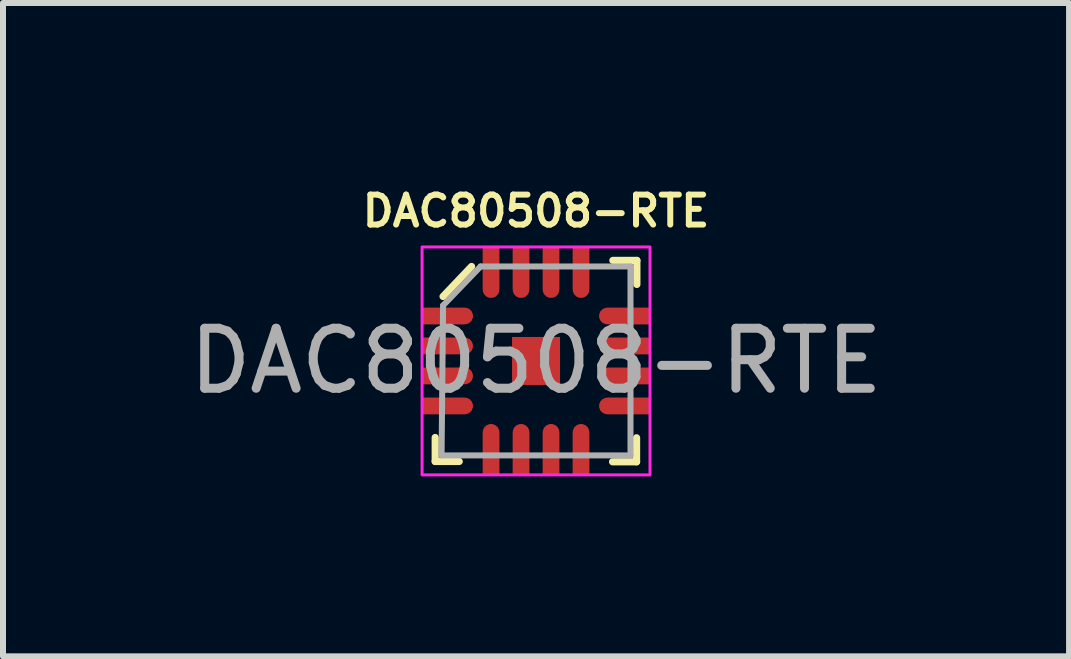
<source format=kicad_pcb>
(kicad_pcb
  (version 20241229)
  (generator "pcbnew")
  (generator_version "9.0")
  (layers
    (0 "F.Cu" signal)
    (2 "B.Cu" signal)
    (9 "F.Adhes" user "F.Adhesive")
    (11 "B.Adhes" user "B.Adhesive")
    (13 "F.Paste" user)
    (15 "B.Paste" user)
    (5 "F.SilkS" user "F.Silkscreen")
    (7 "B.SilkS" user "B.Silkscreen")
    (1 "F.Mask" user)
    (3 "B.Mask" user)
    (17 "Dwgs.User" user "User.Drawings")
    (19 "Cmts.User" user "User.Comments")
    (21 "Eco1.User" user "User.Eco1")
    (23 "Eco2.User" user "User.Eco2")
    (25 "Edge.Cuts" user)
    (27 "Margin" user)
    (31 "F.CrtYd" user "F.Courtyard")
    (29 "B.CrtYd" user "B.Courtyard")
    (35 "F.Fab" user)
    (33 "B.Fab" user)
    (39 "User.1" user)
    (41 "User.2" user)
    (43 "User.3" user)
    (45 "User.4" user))
  (footprint "DAC80508-RTE"
    (layer "F.Cu")
    (at 5.887 2.968)
    (property "Reference" "DAC80508-RTE" (at 0 -2.5 0) (unlocked yes) (layer "F.SilkS") (effects (font (size 0.5 0.5) (thickness 0.1))))
    (attr smd)
    (fp_line (start -1.681 1.676) (end -1.681 1.276) (stroke (width 0.12) (type solid)) (layer "F.SilkS"))
    (fp_line (start -1.281 1.676) (end -1.681 1.676) (stroke (width 0.12) (type solid)) (layer "F.SilkS"))
    (fp_line (start -1.075 -1.575) (end -1.55 -1.075) (stroke (width 0.12) (type solid)) (layer "F.SilkS"))
    (fp_line (start 1.281 -1.676) (end 1.681 -1.676) (stroke (width 0.12) (type solid)) (layer "F.SilkS"))
    (fp_line (start 1.676 1.281) (end 1.676 1.681) (stroke (width 0.12) (type solid)) (layer "F.SilkS"))
    (fp_line (start 1.676 1.681) (end 1.276 1.681) (stroke (width 0.12) (type solid)) (layer "F.SilkS"))
    (fp_line (start 1.681 -1.676) (end 1.681 -1.276) (stroke (width 0.12) (type solid)) (layer "F.SilkS"))
    (fp_rect (start -1.9 -1.9) (end 1.9 1.9) (stroke (width 0.05) (type solid)) (fill no) (layer "F.CrtYd"))
    (fp_line (start -1.575 1.575) (end -1.55 -0.925) (stroke (width 0.1) (type solid)) (layer "F.Fab"))
    (fp_line (start -1.55 -0.925) (end -0.925 -1.575) (stroke (width 0.1) (type solid)) (layer "F.Fab"))
    (fp_line (start 1.575 -1.575) (end -0.925 -1.575) (stroke (width 0.1) (type solid)) (layer "F.Fab"))
    (fp_line (start 1.575 1.575) (end -1.575 1.575) (stroke (width 0.1) (type solid)) (layer "F.Fab"))
    (fp_line (start 1.575 1.575) (end 1.575 -1.575) (stroke (width 0.1) (type solid)) (layer "F.Fab"))
    (fp_text user "${REFERENCE}" (at 0 0 0) (unlocked yes) (layer "F.Fab") (effects (font (size 1 1) (thickness 0.15))))
    (pad "1" smd custom (at -1.475 -0.75 90) (size 0.28 0.57) (layers "F.Cu" "F.Mask" "F.Paste") (options (anchor rect)) (primitives (gr_circle (center 0 0.285) (end 0.14 0.285) (width 0) (fill yes)) (gr_poly (pts (xy -0.14 -0.285) (xy 0.14 -0.285) (xy 0.14 -0.425) (xy -0.14 -0.425)) (width 0) (fill yes))))
    (pad "2" smd custom (at -1.475 -0.25 90) (size 0.28 0.57) (layers "F.Cu" "F.Mask" "F.Paste") (options (anchor rect)) (primitives (gr_circle (center 0 0.285) (end 0.14 0.285) (width 0) (fill yes)) (gr_poly (pts (xy -0.14 -0.285) (xy 0.14 -0.285) (xy 0.14 -0.425) (xy -0.14 -0.425)) (width 0) (fill yes))))
    (pad "3" smd custom (at -1.475 0.25 90) (size 0.28 0.57) (layers "F.Cu" "F.Mask" "F.Paste") (options (anchor rect)) (primitives (gr_circle (center 0 0.285) (end 0.14 0.285) (width 0) (fill yes)) (gr_poly (pts (xy -0.14 -0.285) (xy 0.14 -0.285) (xy 0.14 -0.425) (xy -0.14 -0.425)) (width 0) (fill yes))))
    (pad "4" smd custom (at -1.475 0.75 90) (size 0.28 0.57) (layers "F.Cu" "F.Mask" "F.Paste") (options (anchor rect)) (primitives (gr_circle (center 0 0.285) (end 0.14 0.285) (width 0) (fill yes)) (gr_poly (pts (xy -0.14 -0.285) (xy 0.14 -0.285) (xy 0.14 -0.425) (xy -0.14 -0.425)) (width 0) (fill yes))))
    (pad "5" smd custom (at -0.75 1.475 180) (size 0.28 0.57) (layers "F.Cu" "F.Mask" "F.Paste") (options (anchor rect)) (primitives (gr_circle (center 0 0.285) (end 0.14 0.285) (width 0) (fill yes)) (gr_poly (pts (xy -0.14 -0.285) (xy 0.14 -0.285) (xy 0.14 -0.425) (xy -0.14 -0.425)) (width 0) (fill yes))))
    (pad "6" smd custom (at -0.25 1.475 180) (size 0.28 0.57) (layers "F.Cu" "F.Mask" "F.Paste") (options (anchor rect)) (primitives (gr_circle (center 0 0.285) (end 0.14 0.285) (width 0) (fill yes)) (gr_poly (pts (xy -0.14 -0.285) (xy 0.14 -0.285) (xy 0.14 -0.425) (xy -0.14 -0.425)) (width 0) (fill yes))))
    (pad "6" smd rect (at 0 0) (size 0.8 0.8) (layers "F.Cu" "F.Mask" "F.Paste"))
    (pad "7" smd custom (at 0.25 1.475 180) (size 0.28 0.57) (layers "F.Cu" "F.Mask" "F.Paste") (options (anchor rect)) (primitives (gr_circle (center 0 0.285) (end 0.14 0.285) (width 0) (fill yes)) (gr_poly (pts (xy -0.14 -0.285) (xy 0.14 -0.285) (xy 0.14 -0.425) (xy -0.14 -0.425)) (width 0) (fill yes))))
    (pad "8" smd custom (at 0.75 1.475 180) (size 0.28 0.57) (layers "F.Cu" "F.Mask" "F.Paste") (options (anchor rect)) (primitives (gr_circle (center 0 0.285) (end 0.14 0.285) (width 0) (fill yes)) (gr_poly (pts (xy -0.14 -0.285) (xy 0.14 -0.285) (xy 0.14 -0.425) (xy -0.14 -0.425)) (width 0) (fill yes))))
    (pad "9" smd custom (at 1.475 0.75 270) (size 0.28 0.57) (layers "F.Cu" "F.Mask" "F.Paste") (options (anchor rect)) (primitives (gr_circle (center 0 0.285) (end 0.14 0.285) (width 0) (fill yes)) (gr_poly (pts (xy -0.14 -0.285) (xy 0.14 -0.285) (xy 0.14 -0.425) (xy -0.14 -0.425)) (width 0) (fill yes))))
    (pad "10" smd custom (at 1.475 0.25 270) (size 0.28 0.57) (layers "F.Cu" "F.Mask" "F.Paste") (options (anchor rect)) (primitives (gr_circle (center 0 0.285) (end 0.14 0.285) (width 0) (fill yes)) (gr_poly (pts (xy -0.14 -0.285) (xy 0.14 -0.285) (xy 0.14 -0.425) (xy -0.14 -0.425)) (width 0) (fill yes))))
    (pad "11" smd custom (at 1.475 -0.25 270) (size 0.28 0.57) (layers "F.Cu" "F.Mask" "F.Paste") (options (anchor rect)) (primitives (gr_circle (center 0 0.285) (end 0.14 0.285) (width 0) (fill yes)) (gr_poly (pts (xy -0.14 -0.285) (xy 0.14 -0.285) (xy 0.14 -0.425) (xy -0.14 -0.425)) (width 0) (fill yes))))
    (pad "12" smd custom (at 1.475 -0.75 270) (size 0.28 0.57) (layers "F.Cu" "F.Mask" "F.Paste") (options (anchor rect)) (primitives (gr_circle (center 0 0.285) (end 0.14 0.285) (width 0) (fill yes)) (gr_poly (pts (xy -0.14 -0.285) (xy 0.14 -0.285) (xy 0.14 -0.425) (xy -0.14 -0.425)) (width 0) (fill yes))))
    (pad "13" smd custom (at 0.75 -1.475) (size 0.28 0.57) (layers "F.Cu" "F.Mask" "F.Paste") (options (anchor rect)) (primitives (gr_circle (center 0 0.285) (end 0.14 0.285) (width 0) (fill yes)) (gr_poly (pts (xy -0.14 -0.285) (xy 0.14 -0.285) (xy 0.14 -0.425) (xy -0.14 -0.425)) (width 0) (fill yes))))
    (pad "14" smd custom (at 0.25 -1.475) (size 0.28 0.57) (layers "F.Cu" "F.Mask" "F.Paste") (options (anchor rect)) (primitives (gr_circle (center 0 0.285) (end 0.14 0.285) (width 0) (fill yes)) (gr_poly (pts (xy -0.14 -0.285) (xy 0.14 -0.285) (xy 0.14 -0.425) (xy -0.14 -0.425)) (width 0) (fill yes))))
    (pad "15" smd custom (at -0.25 -1.475) (size 0.28 0.57) (layers "F.Cu" "F.Mask" "F.Paste") (options (anchor rect)) (primitives (gr_circle (center 0 0.285) (end 0.14 0.285) (width 0) (fill yes)) (gr_poly (pts (xy -0.14 -0.285) (xy 0.14 -0.285) (xy 0.14 -0.425) (xy -0.14 -0.425)) (width 0) (fill yes))))
    (pad "16" smd custom (at -0.75 -1.475) (size 0.28 0.57) (layers "F.Cu" "F.Mask" "F.Paste") (options (anchor rect)) (primitives (gr_circle (center 0 0.285) (end 0.14 0.285) (width 0) (fill yes)) (gr_poly (pts (xy -0.14 -0.285) (xy 0.14 -0.285) (xy 0.14 -0.425) (xy -0.14 -0.425)) (width 0) (fill yes)))))
  (gr_rect
    (start -3 -3)
    (end 14.774 7.893)
    (stroke (width 0.1) (type default))
    (fill no)
    (layer "Edge.Cuts")))
</source>
